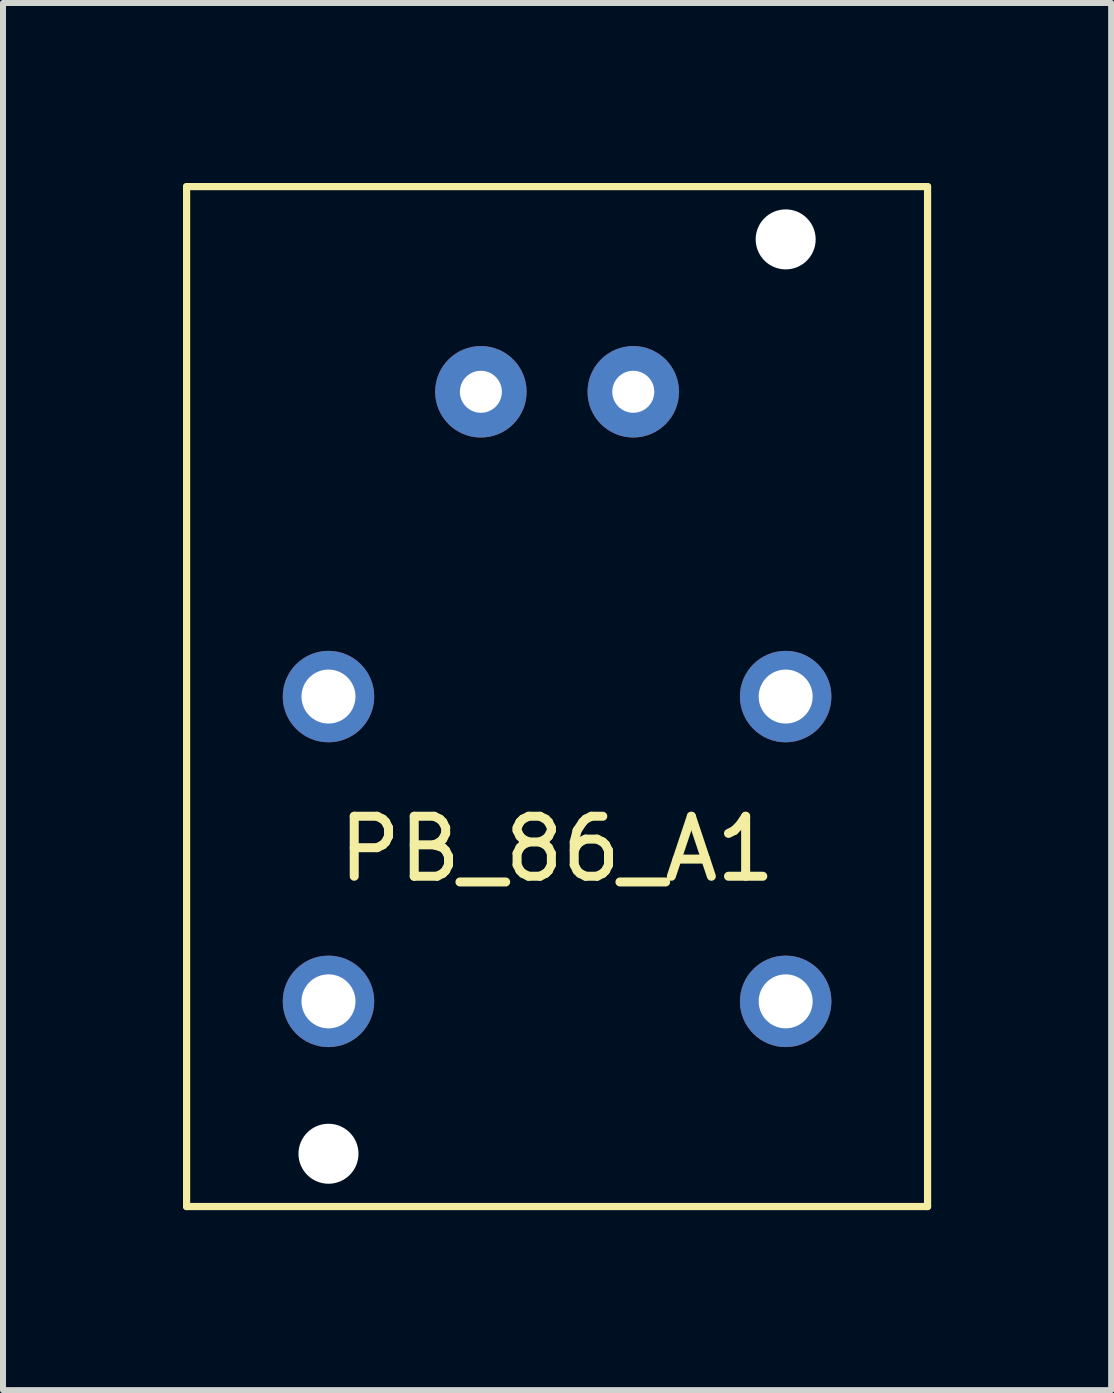
<source format=kicad_pcb>
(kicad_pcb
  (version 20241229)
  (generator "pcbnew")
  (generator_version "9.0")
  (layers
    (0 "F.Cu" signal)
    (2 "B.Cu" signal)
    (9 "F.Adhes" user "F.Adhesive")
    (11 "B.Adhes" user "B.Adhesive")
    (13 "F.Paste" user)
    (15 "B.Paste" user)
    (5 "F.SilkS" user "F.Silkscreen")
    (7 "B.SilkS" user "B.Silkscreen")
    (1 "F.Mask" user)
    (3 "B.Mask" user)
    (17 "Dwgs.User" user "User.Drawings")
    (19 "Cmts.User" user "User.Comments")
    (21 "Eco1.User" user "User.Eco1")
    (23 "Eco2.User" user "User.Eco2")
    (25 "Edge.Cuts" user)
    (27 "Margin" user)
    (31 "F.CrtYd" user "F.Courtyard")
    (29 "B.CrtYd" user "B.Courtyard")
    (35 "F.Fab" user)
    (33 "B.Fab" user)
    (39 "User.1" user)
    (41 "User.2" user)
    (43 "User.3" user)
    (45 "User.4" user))
  (footprint "PB_86_A1"
    (layer "F.Cu")
    (at 6.235 8.56)
    (property "Reference" "PB_86_A1" (at 0 2.54 0) (layer "F.SilkS") (effects (font (size 1 1) (thickness 0.15))))
    (attr through_hole)
    (fp_line (start -6.175 -8.5) (end 6.175 -8.5) (stroke (width 0.12) (type solid)) (layer "F.SilkS"))
    (fp_line (start -6.175 8.5) (end -6.175 -8.5) (stroke (width 0.12) (type solid)) (layer "F.SilkS"))
    (fp_line (start 6.175 -8.5) (end 6.175 8.5) (stroke (width 0.12) (type solid)) (layer "F.SilkS"))
    (fp_line (start 6.175 8.5) (end -6.175 8.5) (stroke (width 0.12) (type solid)) (layer "F.SilkS"))
    (pad "" np_thru_hole circle (at -3.81 7.62) (size 1 1) (drill 1) (layers "*.Cu" "*.Mask"))
    (pad "" np_thru_hole circle (at 3.81 -7.62) (size 1 1) (drill 1) (layers "*.Cu" "*.Mask"))
    (pad "1" thru_hole circle (at -3.81 0) (size 1.524 1.524) (drill 0.9) (layers "*.Cu" "*.Mask"))
    (pad "1" thru_hole circle (at 3.81 0) (size 1.524 1.524) (drill 0.9) (layers "*.Cu" "*.Mask"))
    (pad "2" thru_hole circle (at -3.81 5.08) (size 1.524 1.524) (drill 0.9) (layers "*.Cu" "*.Mask"))
    (pad "3" thru_hole circle (at 3.81 5.08) (size 1.524 1.524) (drill 0.9) (layers "*.Cu" "*.Mask"))
    (pad "5" thru_hole circle (at -1.27 -5.08) (size 1.524 1.524) (drill 0.7) (layers "*.Cu" "*.Mask"))
    (pad "6" thru_hole circle (at 1.27 -5.08) (size 1.524 1.524) (drill 0.7) (layers "*.Cu" "*.Mask")))
  (gr_rect
    (start -3 -3)
    (end 15.47 20.12)
    (stroke (width 0.1) (type default))
    (fill no)
    (layer "Edge.Cuts")))
</source>
